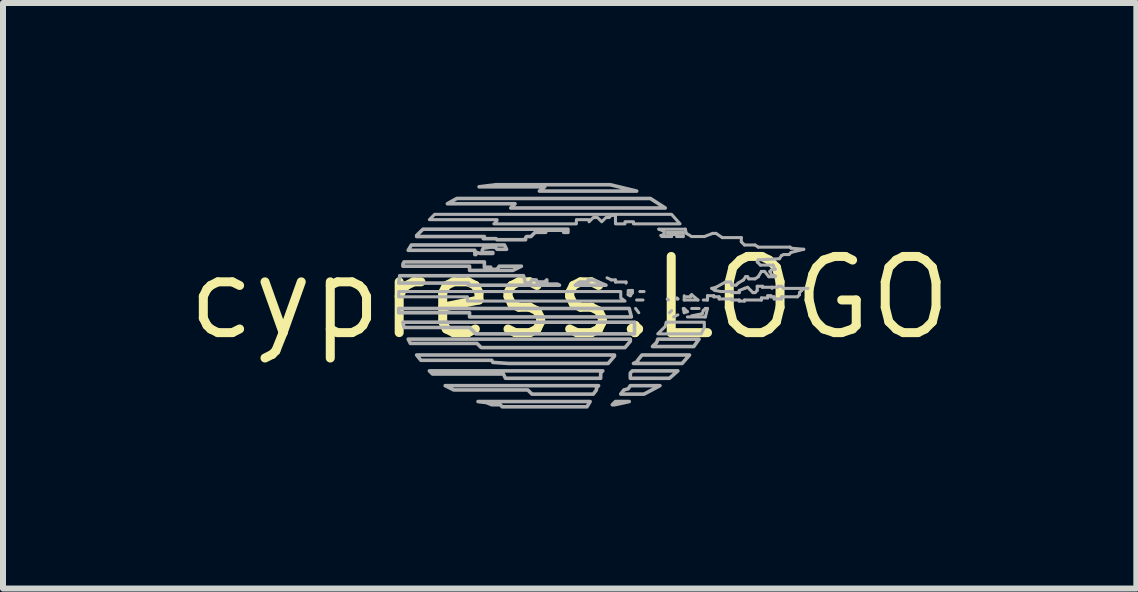
<source format=kicad_pcb>
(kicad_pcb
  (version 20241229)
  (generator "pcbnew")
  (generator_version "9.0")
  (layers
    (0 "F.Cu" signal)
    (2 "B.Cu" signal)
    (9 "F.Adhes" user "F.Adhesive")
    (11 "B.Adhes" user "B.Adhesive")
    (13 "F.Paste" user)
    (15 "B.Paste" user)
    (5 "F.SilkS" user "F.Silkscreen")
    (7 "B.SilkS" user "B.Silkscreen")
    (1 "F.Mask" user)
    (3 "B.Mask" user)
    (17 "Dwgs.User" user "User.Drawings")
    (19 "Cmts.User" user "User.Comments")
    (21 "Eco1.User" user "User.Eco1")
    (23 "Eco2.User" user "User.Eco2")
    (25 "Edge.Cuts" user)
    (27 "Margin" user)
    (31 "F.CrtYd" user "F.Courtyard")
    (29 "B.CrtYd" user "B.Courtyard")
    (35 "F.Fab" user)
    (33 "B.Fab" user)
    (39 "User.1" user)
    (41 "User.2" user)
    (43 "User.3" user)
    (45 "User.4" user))
  (footprint "cypress.LOGO"
    (layer "F.Cu")
    (at 6.448 1.916)
    (property "Reference" "cypress.LOGO" (at 0 0 0) (layer "F.SilkS") (effects (font (size 1.27 1.27) (thickness 0.15))))
    (fp_line (start 0.694 -0.299) (end 0.623 -0.334) (stroke (width 0.051) (type default)) (layer "F.Fab"))
    (fp_line (start 0.764 -0.299) (end 0.694 -0.299) (stroke (width 0.051) (type default)) (layer "F.Fab"))
    (fp_line (start 0.764 -0.264) (end 0.764 -0.299) (stroke (width 0.051) (type default)) (layer "F.Fab"))
    (fp_line (start 0.94 -0.264) (end 0.764 -0.264) (stroke (width 0.051) (type default)) (layer "F.Fab"))
    (fp_line (start 0.94 -0.246) (end 0.94 -0.264) (stroke (width 0.051) (type default)) (layer "F.Fab"))
    (fp_line (start 0.976 -0.123) (end 0.976 -0.052) (stroke (width 0.051) (type default)) (layer "F.Fab"))
    (fp_line (start 0.976 -0.052) (end 1.011 -0.035) (stroke (width 0.051) (type default)) (layer "F.Fab"))
    (fp_line (start 1.011 -0.123) (end 1.011 -0.105) (stroke (width 0.051) (type default)) (layer "F.Fab"))
    (fp_line (start 1.011 -0.035) (end 1.046 -0.087) (stroke (width 0.051) (type default)) (layer "F.Fab"))
    (fp_line (start 1.046 -0.123) (end 1.011 -0.123) (stroke (width 0.051) (type default)) (layer "F.Fab"))
    (fp_line (start 1.046 -0.087) (end 1.046 -0.123) (stroke (width 0.051) (type default)) (layer "F.Fab"))
    (fp_line (start 1.099 0.177) (end 1.152 0.248) (stroke (width 0.051) (type default)) (layer "F.Fab"))
    (fp_line (start 1.117 0.036) (end 1.222 0.036) (stroke (width 0.051) (type default)) (layer "F.Fab"))
    (fp_line (start 1.17 -0.105) (end 1.24 -0.105) (stroke (width 0.051) (type default)) (layer "F.Fab"))
    (fp_line (start 1.487 -1.145) (end 1.575 -1.11) (stroke (width 0.051) (type default)) (layer "F.Fab"))
    (fp_line (start 1.522 -1.04) (end 1.54 -1.022) (stroke (width 0.051) (type default)) (layer "F.Fab"))
    (fp_line (start 1.54 -1.022) (end 1.699 -1.022) (stroke (width 0.051) (type default)) (layer "F.Fab"))
    (fp_line (start 1.575 -1.11) (end 1.575 -1.057) (stroke (width 0.051) (type default)) (layer "F.Fab"))
    (fp_line (start 1.575 -1.057) (end 1.522 -1.04) (stroke (width 0.051) (type default)) (layer "F.Fab"))
    (fp_line (start 1.628 -1.092) (end 1.628 -1.075) (stroke (width 0.051) (type default)) (layer "F.Fab"))
    (fp_line (start 1.628 -1.075) (end 1.857 -1.075) (stroke (width 0.051) (type default)) (layer "F.Fab"))
    (fp_line (start 1.628 0.018) (end 1.646 0.036) (stroke (width 0.051) (type default)) (layer "F.Fab"))
    (fp_line (start 1.699 -1.057) (end 1.787 -1.057) (stroke (width 0.051) (type default)) (layer "F.Fab"))
    (fp_line (start 1.699 -1.022) (end 1.699 -1.057) (stroke (width 0.051) (type default)) (layer "F.Fab"))
    (fp_line (start 1.699 0.212) (end 1.663 0.248) (stroke (width 0.051) (type default)) (layer "F.Fab"))
    (fp_line (start 1.734 0.318) (end 1.804 0.283) (stroke (width 0.051) (type default)) (layer "F.Fab"))
    (fp_line (start 1.787 -1.057) (end 1.787 -1.022) (stroke (width 0.051) (type default)) (layer "F.Fab"))
    (fp_line (start 1.787 -1.022) (end 1.893 -1.022) (stroke (width 0.051) (type default)) (layer "F.Fab"))
    (fp_line (start 1.787 0.001) (end 1.804 0.018) (stroke (width 0.051) (type default)) (layer "F.Fab"))
    (fp_line (start 1.804 0.018) (end 1.787 0.018) (stroke (width 0.051) (type default)) (layer "F.Fab"))
    (fp_line (start 1.893 -1.092) (end 1.628 -1.092) (stroke (width 0.051) (type default)) (layer "F.Fab"))
    (fp_line (start 1.893 -1.022) (end 1.893 -1.092) (stroke (width 0.051) (type default)) (layer "F.Fab"))
    (fp_line (start 1.893 0.177) (end 1.91 0.248) (stroke (width 0.051) (type default)) (layer "F.Fab"))
    (fp_line (start 1.91 -0.035) (end 1.91 0.036) (stroke (width 0.051) (type default)) (layer "F.Fab"))
    (fp_line (start 1.91 0.036) (end 2.139 0.036) (stroke (width 0.051) (type default)) (layer "F.Fab"))
    (fp_line (start 1.91 0.248) (end 1.963 0.23) (stroke (width 0.051) (type default)) (layer "F.Fab"))
    (fp_line (start 1.928 -1.145) (end 1.487 -1.145) (stroke (width 0.051) (type default)) (layer "F.Fab"))
    (fp_line (start 1.945 -1.075) (end 1.928 -1.145) (stroke (width 0.051) (type default)) (layer "F.Fab"))
    (fp_line (start 1.963 0.23) (end 1.91 0.177) (stroke (width 0.051) (type default)) (layer "F.Fab"))
    (fp_line (start 1.963 0.318) (end 2.263 0.318) (stroke (width 0.051) (type default)) (layer "F.Fab"))
    (fp_line (start 2.016 -0.035) (end 2.016 -0.017) (stroke (width 0.051) (type default)) (layer "F.Fab"))
    (fp_line (start 2.016 -0.017) (end 1.945 -0.017) (stroke (width 0.051) (type default)) (layer "F.Fab"))
    (fp_line (start 2.034 -1.022) (end 1.945 -1.075) (stroke (width 0.051) (type default)) (layer "F.Fab"))
    (fp_line (start 2.034 -0.052) (end 2.016 -0.035) (stroke (width 0.051) (type default)) (layer "F.Fab"))
    (fp_line (start 2.034 0.177) (end 2.157 0.177) (stroke (width 0.051) (type default)) (layer "F.Fab"))
    (fp_line (start 2.139 0.036) (end 2.034 -0.052) (stroke (width 0.051) (type default)) (layer "F.Fab"))
    (fp_line (start 2.21 0.265) (end 2.034 0.3) (stroke (width 0.051) (type default)) (layer "F.Fab"))
    (fp_line (start 2.228 0.036) (end 2.298 0.036) (stroke (width 0.051) (type default)) (layer "F.Fab"))
    (fp_line (start 2.228 0.212) (end 2.21 0.265) (stroke (width 0.051) (type default)) (layer "F.Fab"))
    (fp_line (start 2.245 -1.022) (end 2.034 -1.022) (stroke (width 0.051) (type default)) (layer "F.Fab"))
    (fp_line (start 2.263 0.177) (end 2.228 0.212) (stroke (width 0.051) (type default)) (layer "F.Fab"))
    (fp_line (start 2.263 0.318) (end 2.298 0.177) (stroke (width 0.051) (type default)) (layer "F.Fab"))
    (fp_line (start 2.298 -0.035) (end 2.404 -0.035) (stroke (width 0.051) (type default)) (layer "F.Fab"))
    (fp_line (start 2.298 0.036) (end 2.298 -0.035) (stroke (width 0.051) (type default)) (layer "F.Fab"))
    (fp_line (start 2.298 0.177) (end 2.263 0.177) (stroke (width 0.051) (type default)) (layer "F.Fab"))
    (fp_line (start 2.369 -0.158) (end 2.439 -0.176) (stroke (width 0.051) (type default)) (layer "F.Fab"))
    (fp_line (start 2.386 -1.075) (end 2.245 -1.022) (stroke (width 0.051) (type default)) (layer "F.Fab"))
    (fp_line (start 2.404 -0.035) (end 2.404 -0.017) (stroke (width 0.051) (type default)) (layer "F.Fab"))
    (fp_line (start 2.404 -0.017) (end 2.492 -0.017) (stroke (width 0.051) (type default)) (layer "F.Fab"))
    (fp_line (start 2.421 -0.123) (end 2.369 -0.158) (stroke (width 0.051) (type default)) (layer "F.Fab"))
    (fp_line (start 2.439 -1.075) (end 2.386 -1.075) (stroke (width 0.051) (type default)) (layer "F.Fab"))
    (fp_line (start 2.439 -0.176) (end 2.598 -0.264) (stroke (width 0.051) (type default)) (layer "F.Fab"))
    (fp_line (start 2.492 -0.017) (end 2.492 0.018) (stroke (width 0.051) (type default)) (layer "F.Fab"))
    (fp_line (start 2.492 0.018) (end 2.704 0.018) (stroke (width 0.051) (type default)) (layer "F.Fab"))
    (fp_line (start 2.527 -0.105) (end 2.421 -0.123) (stroke (width 0.051) (type default)) (layer "F.Fab"))
    (fp_line (start 2.545 -1.004) (end 2.439 -1.075) (stroke (width 0.051) (type default)) (layer "F.Fab"))
    (fp_line (start 2.598 -0.264) (end 2.686 -0.264) (stroke (width 0.051) (type default)) (layer "F.Fab"))
    (fp_line (start 2.686 -0.264) (end 2.704 -0.211) (stroke (width 0.051) (type default)) (layer "F.Fab"))
    (fp_line (start 2.704 -0.211) (end 2.774 -0.211) (stroke (width 0.051) (type default)) (layer "F.Fab"))
    (fp_line (start 2.704 -0.105) (end 2.527 -0.105) (stroke (width 0.051) (type default)) (layer "F.Fab"))
    (fp_line (start 2.704 -0.087) (end 2.704 -0.105) (stroke (width 0.051) (type default)) (layer "F.Fab"))
    (fp_line (start 2.704 0.018) (end 2.704 0.036) (stroke (width 0.051) (type default)) (layer "F.Fab"))
    (fp_line (start 2.704 0.036) (end 2.827 0.036) (stroke (width 0.051) (type default)) (layer "F.Fab"))
    (fp_line (start 2.774 -0.211) (end 2.809 -0.246) (stroke (width 0.051) (type default)) (layer "F.Fab"))
    (fp_line (start 2.809 -0.246) (end 2.898 -0.299) (stroke (width 0.051) (type default)) (layer "F.Fab"))
    (fp_line (start 2.827 -0.123) (end 2.827 -0.087) (stroke (width 0.051) (type default)) (layer "F.Fab"))
    (fp_line (start 2.827 -0.087) (end 2.704 -0.087) (stroke (width 0.051) (type default)) (layer "F.Fab"))
    (fp_line (start 2.827 0.036) (end 2.827 0.054) (stroke (width 0.051) (type default)) (layer "F.Fab"))
    (fp_line (start 2.827 0.054) (end 2.915 0.054) (stroke (width 0.051) (type default)) (layer "F.Fab"))
    (fp_line (start 2.862 -1.004) (end 2.545 -1.004) (stroke (width 0.051) (type default)) (layer "F.Fab"))
    (fp_line (start 2.862 -0.934) (end 2.862 -1.004) (stroke (width 0.051) (type default)) (layer "F.Fab"))
    (fp_line (start 2.898 -0.299) (end 2.933 -0.352) (stroke (width 0.051) (type default)) (layer "F.Fab"))
    (fp_line (start 2.915 -0.881) (end 2.862 -0.934) (stroke (width 0.051) (type default)) (layer "F.Fab"))
    (fp_line (start 2.915 -0.158) (end 2.827 -0.123) (stroke (width 0.051) (type default)) (layer "F.Fab"))
    (fp_line (start 2.915 0.036) (end 3.197 0.036) (stroke (width 0.051) (type default)) (layer "F.Fab"))
    (fp_line (start 2.915 0.054) (end 2.915 0.036) (stroke (width 0.051) (type default)) (layer "F.Fab"))
    (fp_line (start 2.933 -0.352) (end 2.968 -0.352) (stroke (width 0.051) (type default)) (layer "F.Fab"))
    (fp_line (start 2.968 -0.352) (end 2.986 -0.317) (stroke (width 0.051) (type default)) (layer "F.Fab"))
    (fp_line (start 2.968 -0.176) (end 2.915 -0.158) (stroke (width 0.051) (type default)) (layer "F.Fab"))
    (fp_line (start 2.986 -0.317) (end 3.091 -0.317) (stroke (width 0.051) (type default)) (layer "F.Fab"))
    (fp_line (start 3.056 -0.087) (end 2.968 -0.176) (stroke (width 0.051) (type default)) (layer "F.Fab"))
    (fp_line (start 3.091 -0.881) (end 2.915 -0.881) (stroke (width 0.051) (type default)) (layer "F.Fab"))
    (fp_line (start 3.091 -0.317) (end 3.144 -0.352) (stroke (width 0.051) (type default)) (layer "F.Fab"))
    (fp_line (start 3.091 -0.087) (end 3.056 -0.087) (stroke (width 0.051) (type default)) (layer "F.Fab"))
    (fp_line (start 3.127 -0.599) (end 3.144 -0.634) (stroke (width 0.051) (type default)) (layer "F.Fab"))
    (fp_line (start 3.127 -0.193) (end 3.127 -0.123) (stroke (width 0.051) (type default)) (layer "F.Fab"))
    (fp_line (start 3.127 -0.123) (end 3.091 -0.087) (stroke (width 0.051) (type default)) (layer "F.Fab"))
    (fp_line (start 3.144 -0.846) (end 3.091 -0.881) (stroke (width 0.051) (type default)) (layer "F.Fab"))
    (fp_line (start 3.144 -0.634) (end 3.497 -0.652) (stroke (width 0.051) (type default)) (layer "F.Fab"))
    (fp_line (start 3.144 -0.352) (end 3.197 -0.44) (stroke (width 0.051) (type default)) (layer "F.Fab"))
    (fp_line (start 3.18 -0.546) (end 3.127 -0.599) (stroke (width 0.051) (type default)) (layer "F.Fab"))
    (fp_line (start 3.197 -0.44) (end 3.25 -0.44) (stroke (width 0.051) (type default)) (layer "F.Fab"))
    (fp_line (start 3.197 0.001) (end 3.303 0.001) (stroke (width 0.051) (type default)) (layer "F.Fab"))
    (fp_line (start 3.197 0.036) (end 3.197 0.001) (stroke (width 0.051) (type default)) (layer "F.Fab"))
    (fp_line (start 3.215 -0.193) (end 3.127 -0.193) (stroke (width 0.051) (type default)) (layer "F.Fab"))
    (fp_line (start 3.215 -0.176) (end 3.215 -0.193) (stroke (width 0.051) (type default)) (layer "F.Fab"))
    (fp_line (start 3.25 -0.44) (end 3.321 -0.352) (stroke (width 0.051) (type default)) (layer "F.Fab"))
    (fp_line (start 3.303 -0.035) (end 3.356 -0.035) (stroke (width 0.051) (type default)) (layer "F.Fab"))
    (fp_line (start 3.303 0.001) (end 3.303 -0.035) (stroke (width 0.051) (type default)) (layer "F.Fab"))
    (fp_line (start 3.321 -0.352) (end 3.426 -0.352) (stroke (width 0.051) (type default)) (layer "F.Fab"))
    (fp_line (start 3.338 -0.44) (end 3.374 -0.475) (stroke (width 0.051) (type default)) (layer "F.Fab"))
    (fp_line (start 3.356 -0.035) (end 3.356 -0.017) (stroke (width 0.051) (type default)) (layer "F.Fab"))
    (fp_line (start 3.356 -0.017) (end 3.409 -0.017) (stroke (width 0.051) (type default)) (layer "F.Fab"))
    (fp_line (start 3.374 -0.475) (end 3.426 -0.475) (stroke (width 0.051) (type default)) (layer "F.Fab"))
    (fp_line (start 3.374 -0.369) (end 3.338 -0.44) (stroke (width 0.051) (type default)) (layer "F.Fab"))
    (fp_line (start 3.374 -0.176) (end 3.215 -0.176) (stroke (width 0.051) (type default)) (layer "F.Fab"))
    (fp_line (start 3.374 -0.158) (end 3.374 -0.176) (stroke (width 0.051) (type default)) (layer "F.Fab"))
    (fp_line (start 3.391 -0.546) (end 3.18 -0.546) (stroke (width 0.051) (type default)) (layer "F.Fab"))
    (fp_line (start 3.409 -0.017) (end 3.409 0.018) (stroke (width 0.051) (type default)) (layer "F.Fab"))
    (fp_line (start 3.409 0.018) (end 3.532 0.018) (stroke (width 0.051) (type default)) (layer "F.Fab"))
    (fp_line (start 3.426 -0.475) (end 3.391 -0.546) (stroke (width 0.051) (type default)) (layer "F.Fab"))
    (fp_line (start 3.426 -0.369) (end 3.374 -0.369) (stroke (width 0.051) (type default)) (layer "F.Fab"))
    (fp_line (start 3.426 -0.352) (end 3.426 -0.369) (stroke (width 0.051) (type default)) (layer "F.Fab"))
    (fp_line (start 3.462 -0.176) (end 3.374 -0.176) (stroke (width 0.051) (type default)) (layer "F.Fab"))
    (fp_line (start 3.479 -0.193) (end 3.462 -0.176) (stroke (width 0.051) (type default)) (layer "F.Fab"))
    (fp_line (start 3.497 -0.652) (end 3.532 -0.705) (stroke (width 0.051) (type default)) (layer "F.Fab"))
    (fp_line (start 3.532 -0.705) (end 3.568 -0.722) (stroke (width 0.051) (type default)) (layer "F.Fab"))
    (fp_line (start 3.532 -0.193) (end 3.479 -0.193) (stroke (width 0.051) (type default)) (layer "F.Fab"))
    (fp_line (start 3.532 -0.017) (end 3.797 -0.017) (stroke (width 0.051) (type default)) (layer "F.Fab"))
    (fp_line (start 3.532 0.018) (end 3.532 -0.017) (stroke (width 0.051) (type default)) (layer "F.Fab"))
    (fp_line (start 3.568 -0.722) (end 3.656 -0.722) (stroke (width 0.051) (type default)) (layer "F.Fab"))
    (fp_line (start 3.568 -0.158) (end 3.532 -0.193) (stroke (width 0.051) (type default)) (layer "F.Fab"))
    (fp_line (start 3.656 -0.722) (end 3.691 -0.757) (stroke (width 0.051) (type default)) (layer "F.Fab"))
    (fp_line (start 3.673 -0.846) (end 3.144 -0.846) (stroke (width 0.051) (type default)) (layer "F.Fab"))
    (fp_line (start 3.691 -0.828) (end 3.673 -0.846) (stroke (width 0.051) (type default)) (layer "F.Fab"))
    (fp_line (start 3.691 -0.757) (end 3.903 -0.81) (stroke (width 0.051) (type default)) (layer "F.Fab"))
    (fp_line (start 3.797 -0.017) (end 3.832 -0.052) (stroke (width 0.051) (type default)) (layer "F.Fab"))
    (fp_line (start 3.832 -0.087) (end 3.867 -0.123) (stroke (width 0.051) (type default)) (layer "F.Fab"))
    (fp_line (start 3.832 -0.052) (end 3.832 -0.087) (stroke (width 0.051) (type default)) (layer "F.Fab"))
    (fp_line (start 3.867 -0.123) (end 3.903 -0.158) (stroke (width 0.051) (type default)) (layer "F.Fab"))
    (fp_line (start 3.903 -0.81) (end 3.691 -0.828) (stroke (width 0.051) (type default)) (layer "F.Fab"))
    (fp_line (start 3.903 -0.158) (end 3.568 -0.158) (stroke (width 0.051) (type default)) (layer "F.Fab"))
    (fp_line (start 3.903 -0.158) (end 3.973 -0.158) (stroke (width 0.051) (type default)) (layer "F.Fab"))
    (fp_poly (pts (xy 0.711 1.782) (xy 0.747 1.782) (xy 0.993 1.729) (xy 0.764 1.729)) (stroke (width 0.06) (type default)) (fill no) (layer "F.Fab"))
    (fp_poly (pts (xy 1.011 1.341) (xy 1.663 1.341) (xy 1.804 1.217) (xy 1.046 1.217) (xy 1.011 1.253)) (stroke (width 0.06) (type default)) (fill no) (layer "F.Fab"))
    (fp_poly (pts (xy 1.381 0.812) (xy 2.069 0.812) (xy 2.157 0.688) (xy 1.469 0.688) (xy 1.452 0.741)) (stroke (width 0.06) (type default)) (fill no) (layer "F.Fab"))
    (fp_poly (pts (xy -2.85 0.177) (xy 0.993 0.177) (xy 1.029 0.318) (xy -1.669 0.318) (xy -1.669 0.248) (xy -2.85 0.248)) (stroke (width 0.06) (type default)) (fill no) (layer "F.Fab"))
    (fp_poly (pts (xy 0.852 1.605) (xy 1.24 1.605) (xy 1.505 1.464) (xy 1.011 1.464) (xy 0.976 1.517) (xy 0.905 1.535)) (stroke (width 0.06) (type default)) (fill no) (layer "F.Fab"))
    (fp_poly (pts (xy 1.064 1.094) (xy 1.875 1.094) (xy 1.998 0.953) (xy 1.205 0.953) (xy 1.134 1.041) (xy 1.134 1.059)) (stroke (width 0.06) (type default)) (fill no) (layer "F.Fab"))
    (fp_poly (pts (xy 1.117 -1.78) (xy 0.676 -1.886) (xy -1.228 -1.886) (xy -1.51 -1.851) (xy -0.417 -1.851) (xy -0.505 -1.78)) (stroke (width 0.06) (type default)) (fill no) (layer "F.Fab"))
    (fp_poly (pts (xy 1.469 0.6) (xy 2.192 0.6) (xy 2.245 0.494) (xy 2.245 0.406) (xy 1.61 0.406) (xy 1.593 0.477)) (stroke (width 0.051) (type default)) (fill no) (layer "F.Fab"))
    (fp_poly (pts (xy 1.593 -1.498) (xy 1.346 -1.657) (xy -1.881 -1.657) (xy -2.039 -1.569) (xy -0.911 -1.569) (xy -0.982 -1.498)) (stroke (width 0.06) (type default)) (fill no) (layer "F.Fab"))
    (fp_poly (pts (xy -2.85 -0.017) (xy -2.85 -0.105) (xy 0.852 -0.105) (xy 0.852 0.001) (xy 0.923 0.054) (xy -1.704 0.054) (xy -1.704 -0.017)) (stroke (width 0.051) (type default)) (fill no) (layer "F.Fab"))
    (fp_poly (pts (xy -2.78 0.406) (xy 1.081 0.406) (xy 1.081 0.6) (xy -1.563 0.6) (xy -1.651 0.512) (xy -1.669 0.494) (xy -2.762 0.494)) (stroke (width 0.06) (type default)) (fill no) (layer "F.Fab"))
    (fp_poly (pts (xy -2.692 0.688) (xy 1.011 0.688) (xy 1.011 0.724) (xy 0.923 0.829) (xy -1.475 0.829) (xy -1.546 0.759) (xy -2.656 0.759)) (stroke (width 0.06) (type default)) (fill no) (layer "F.Fab"))
    (fp_poly (pts (xy -2.339 1.217) (xy 0.552 1.217) (xy 0.517 1.253) (xy 0.517 1.341) (xy -1.07 1.341) (xy -1.105 1.27) (xy -2.286 1.27)) (stroke (width 0.06) (type default)) (fill no) (layer "F.Fab"))
    (fp_poly (pts (xy -1.528 1.729) (xy 0.341 1.729) (xy 0.288 1.817) (xy -1.123 1.817) (xy -1.158 1.782) (xy -1.299 1.782) (xy -1.387 1.746)) (stroke (width 0.06) (type default)) (fill no) (layer "F.Fab"))
    (fp_poly (pts (xy -2.551 0.953) (xy 0.747 0.953) (xy 0.747 0.971) (xy 0.641 1.094) (xy -1.017 1.094) (xy -1.281 1.076) (xy -1.299 1.041) (xy -2.48 1.041)) (stroke (width 0.06) (type default)) (fill no) (layer "F.Fab"))
    (fp_poly (pts (xy -2.075 1.464) (xy 0.482 1.464) (xy 0.447 1.5) (xy 0.447 1.535) (xy 0.394 1.605) (xy -0.629 1.605) (xy -0.699 1.535) (xy -1.934 1.535)) (stroke (width 0.06) (type default)) (fill no) (layer "F.Fab"))
    (fp_poly (pts (xy -0.805 -0.528) (xy -1.175 -0.528) (xy -1.211 -0.475) (xy -1.317 -0.475) (xy -1.317 -0.511) (xy -1.422 -0.511) (xy -1.422 -0.599) (xy -2.762 -0.599) (xy -2.78 -0.564) (xy -2.78 -0.528) (xy -1.669 -0.528) (xy -1.669 -0.458) (xy -0.946 -0.458)) (stroke (width 0.06) (type default)) (fill no) (layer "F.Fab"))
    (fp_poly (pts (xy -1.052 -0.81) (xy -1.211 -0.81) (xy -1.246 -0.846) (xy -1.317 -0.846) (xy -1.44 -0.828) (xy -1.458 -0.793) (xy -1.458 -0.757) (xy -1.281 -0.757) (xy -1.281 -0.74) (xy -1.493 -0.74) (xy -1.546 -0.757) (xy -1.563 -0.722) (xy -1.581 -0.722) (xy -1.581 -0.793) (xy -2.692 -0.793) (xy -2.639 -0.881) (xy -1.087 -0.881)) (stroke (width 0.06) (type default)) (fill no) (layer "F.Fab"))
    (fp_poly (pts (xy -0.029 -1.092) (xy -0.029 -1.145) (xy -2.445 -1.145) (xy -2.551 -1.04) (xy -2.551 -1.022) (xy -1.422 -1.022) (xy -1.44 -0.987) (xy -1.228 -0.987) (xy -1.211 -0.969) (xy -0.735 -0.969) (xy -0.735 -1.004) (xy -0.717 -1.022) (xy -0.646 -1.022) (xy -0.576 -1.092) (xy -0.4 -1.092) (xy -0.4 -1.11) (xy -0.382 -1.128) (xy -0.1 -1.128) (xy -0.1 -1.092)) (stroke (width 0.06) (type default)) (fill no) (layer "F.Fab"))
    (fp_poly (pts (xy -2.833 -0.369) (xy -0.77 -0.369) (xy -0.735 -0.246) (xy -0.664 -0.246) (xy -0.629 -0.299) (xy -0.558 -0.299) (xy -0.541 -0.264) (xy -0.417 -0.264) (xy -0.382 -0.299) (xy -0.382 -0.229) (xy -0.206 -0.229) (xy -0.17 -0.211) (xy 0.094 -0.211) (xy 0.165 -0.264) (xy 0.306 -0.264) (xy 0.306 -0.299) (xy 0.394 -0.299) (xy 0.605 -0.211) (xy -1.687 -0.211) (xy -1.687 -0.246) (xy -2.85 -0.246)) (stroke (width 0.06) (type default)) (fill no) (layer "F.Fab"))
    (fp_poly (pts (xy 1.84 -1.234) (xy 1.699 -1.392) (xy -2.251 -1.392) (xy -2.339 -1.304) (xy -1.211 -1.304) (xy -1.211 -1.286) (xy -1.264 -1.234) (xy 0.112 -1.234) (xy 0.112 -1.304) (xy 0.323 -1.304) (xy 0.323 -1.269) (xy 0.394 -1.339) (xy 0.464 -1.339) (xy 0.535 -1.269) (xy 0.605 -1.339) (xy 0.658 -1.339) (xy 0.694 -1.375) (xy 0.764 -1.375) (xy 0.764 -1.234) (xy 0.923 -1.234) (xy 0.923 -1.269) (xy 1.064 -1.269) (xy 1.064 -1.234)) (stroke (width 0.051) (type default)) (fill no) (layer "F.Fab")))
  (gr_rect
    (start -3 -3)
    (end 15.896 6.763)
    (stroke (width 0.1) (type default))
    (fill no)
    (layer "Edge.Cuts")))
</source>
